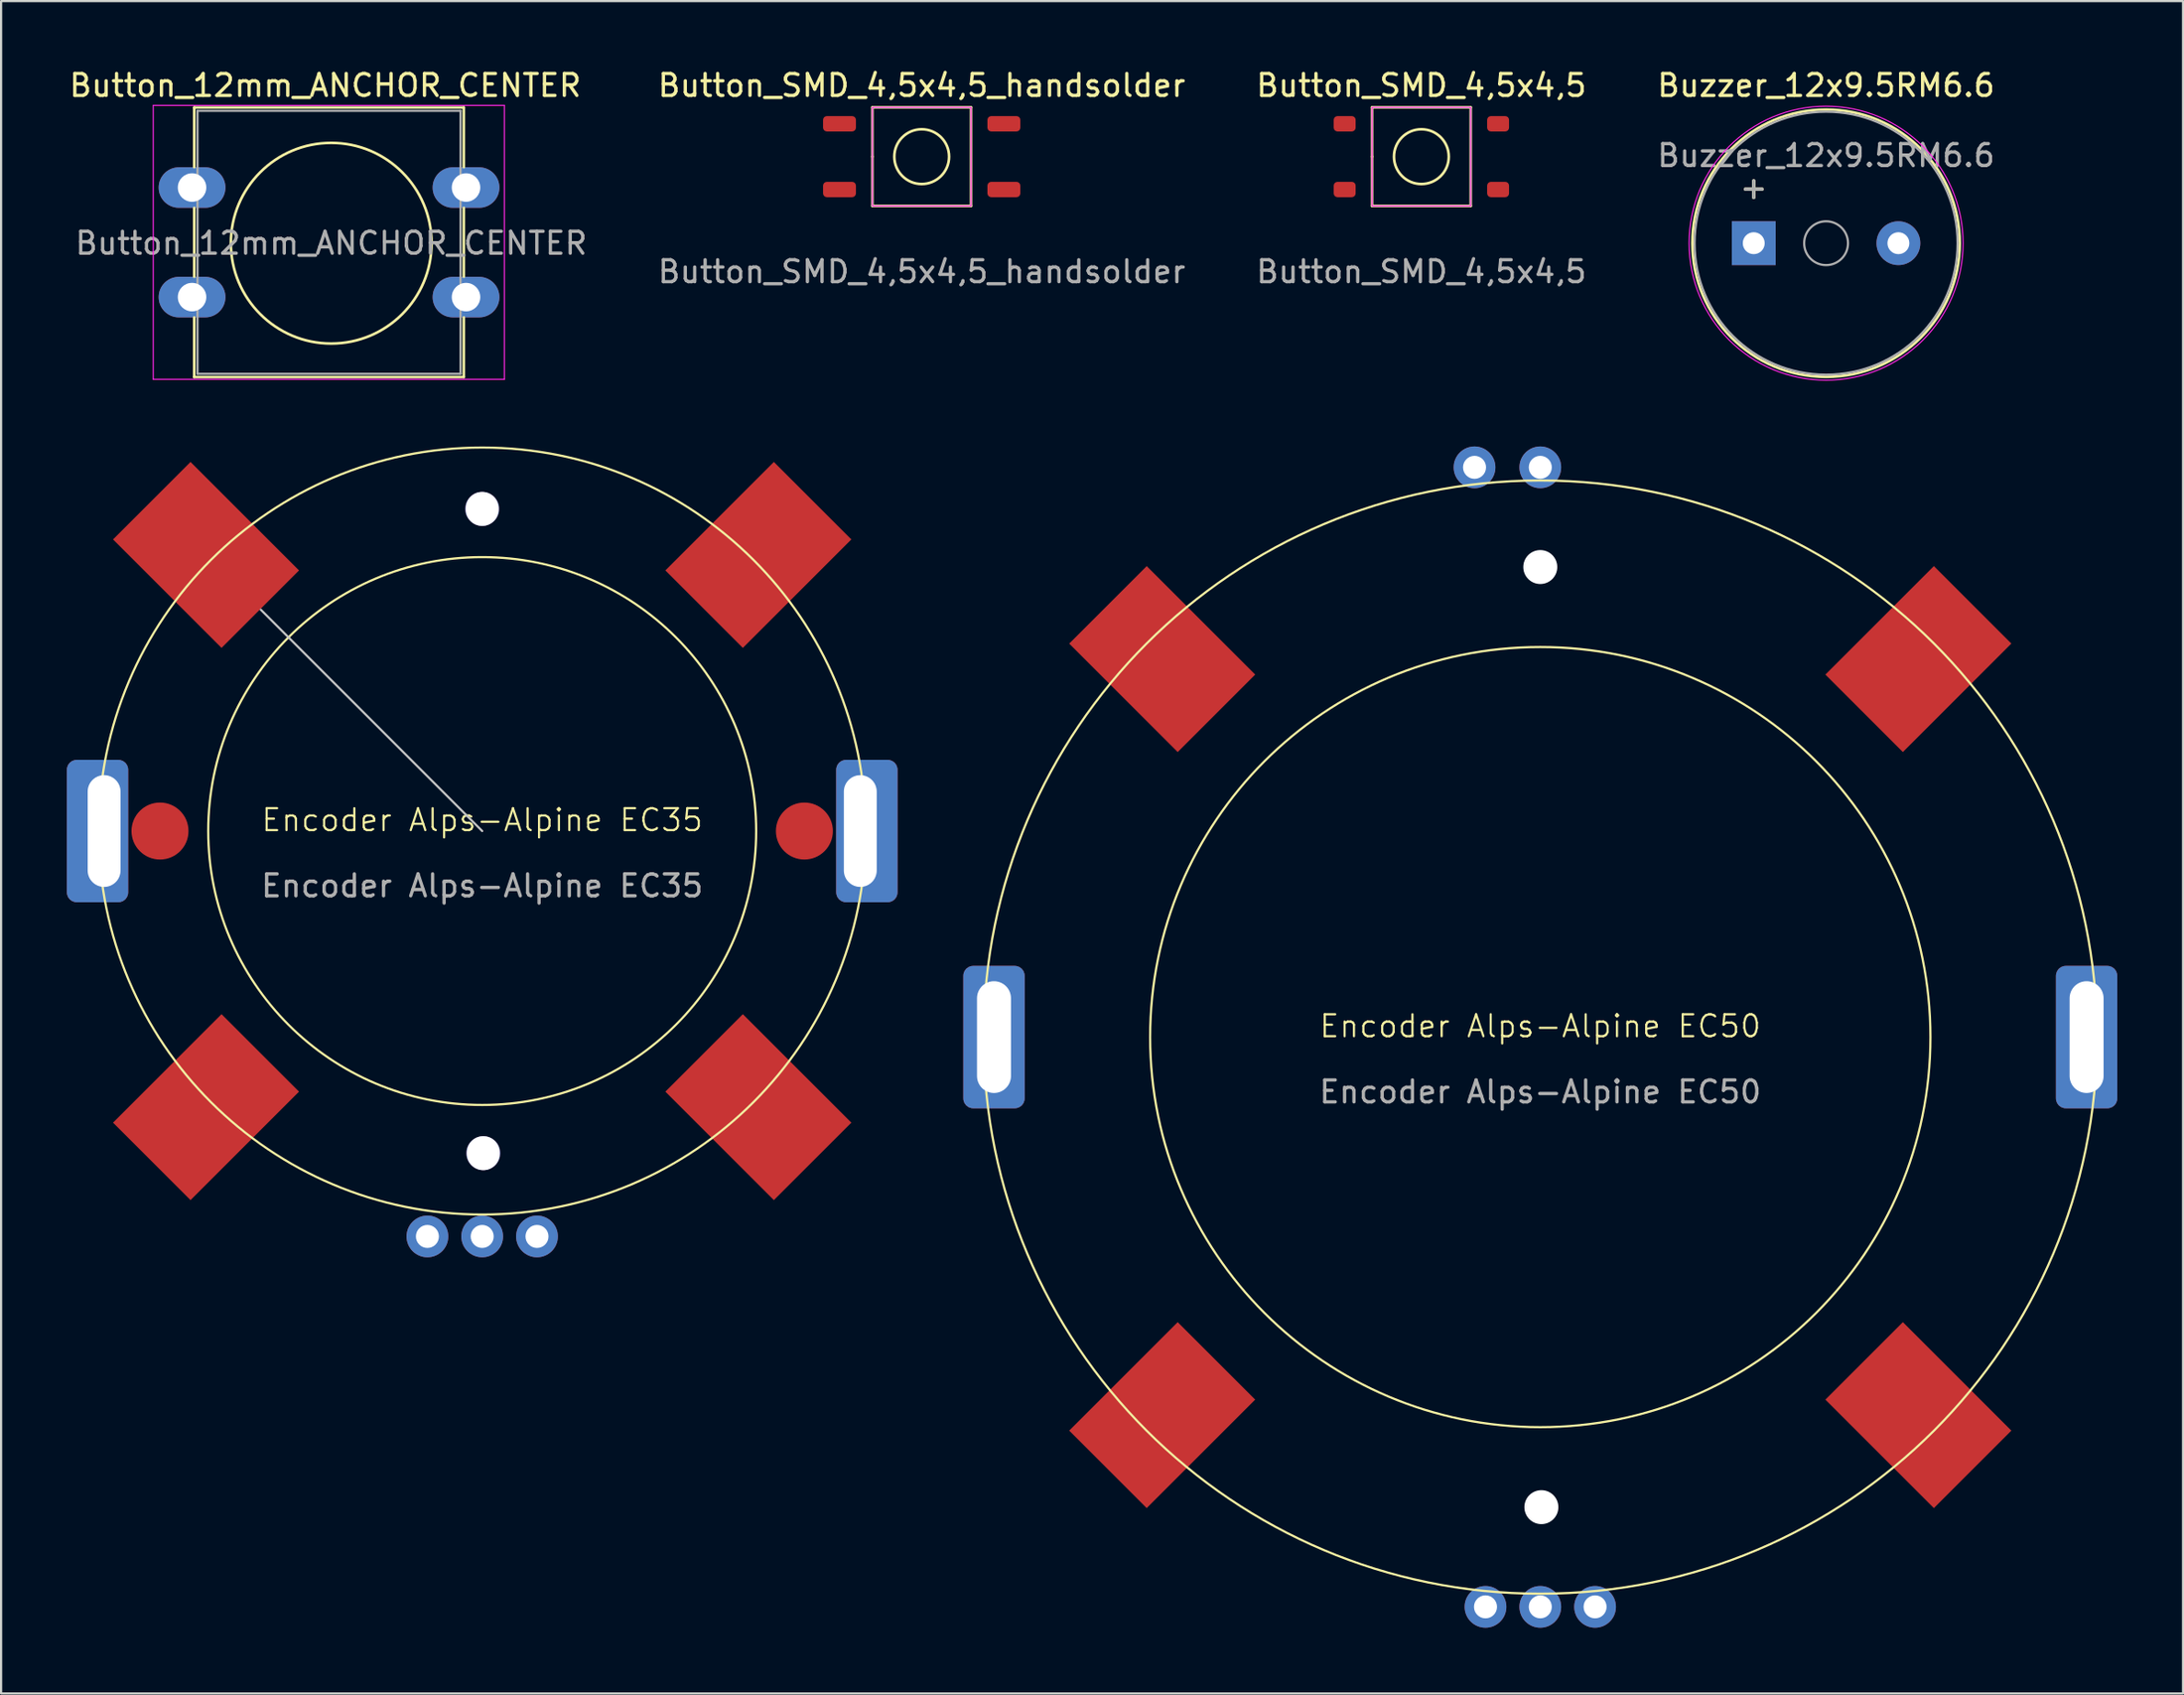
<source format=kicad_pcb>
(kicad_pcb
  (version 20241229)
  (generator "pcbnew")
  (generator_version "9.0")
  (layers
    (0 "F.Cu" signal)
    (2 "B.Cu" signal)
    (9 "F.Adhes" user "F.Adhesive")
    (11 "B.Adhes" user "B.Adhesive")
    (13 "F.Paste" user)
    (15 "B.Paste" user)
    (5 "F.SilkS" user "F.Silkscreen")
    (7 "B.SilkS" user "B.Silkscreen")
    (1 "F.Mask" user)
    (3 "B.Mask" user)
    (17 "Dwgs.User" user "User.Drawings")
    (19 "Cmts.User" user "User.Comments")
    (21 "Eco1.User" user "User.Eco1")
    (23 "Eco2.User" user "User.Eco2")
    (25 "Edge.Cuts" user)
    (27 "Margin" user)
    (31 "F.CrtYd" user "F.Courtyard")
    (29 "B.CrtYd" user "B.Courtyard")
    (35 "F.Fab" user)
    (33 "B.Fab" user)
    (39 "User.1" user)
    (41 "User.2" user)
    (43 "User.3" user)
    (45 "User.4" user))
  (footprint "Buzzer_12x9.5RM6.6"
    (layer "F.Cu")
    (at 76.964 8.048)
    (property "Reference" "Buzzer_12x9.5RM6.6" (at 3.3 -7.2 0) (layer "F.SilkS") (effects (font (size 1 1) (thickness 0.15))))
    (attr through_hole)
    (fp_circle (center 3.3 0) (end 9.4 0) (stroke (width 0.12) (type solid)) (fill no) (layer "F.SilkS"))
    (fp_circle (center 3.3 0) (end 9.55 0) (stroke (width 0.05) (type solid)) (fill no) (layer "F.CrtYd"))
    (fp_circle (center 3.3 0) (end 4.3 0) (stroke (width 0.1) (type solid)) (fill no) (layer "F.Fab"))
    (fp_circle (center 3.3 0) (end 9.3 0) (stroke (width 0.1) (type solid)) (fill no) (layer "F.Fab"))
    (fp_text user "+" (at 0 -2.54 0) (layer "F.SilkS") (effects (font (size 1 1) (thickness 0.15))))
    (fp_text user "+" (at 0 -2.54 0) (layer "F.Fab") (effects (font (size 1 1) (thickness 0.15))))
    (fp_text user "${REFERENCE}" (at 3.3 -4 0) (layer "F.Fab") (effects (font (size 1 1) (thickness 0.15))))
    (pad "1" thru_hole rect (at 0 0) (size 2 2) (drill 1) (layers "*.Cu" "*.Mask"))
    (pad "2" thru_hole circle (at 6.6 0) (size 2 2) (drill 1) (layers "*.Cu" "*.Mask")))
  (footprint "Encoder Alps-Alpine EC35"
    (layer "F.Cu")
    (at 18.95 34.873)
    (property "Reference" "Encoder Alps-Alpine EC35" (at 0 -0.5 0) (unlocked yes) (layer "F.SilkS") (effects (font (size 1 1) (thickness 0.1))))
    (attr through_hole)
    (fp_circle (center 0 0) (end 12.5 0) (stroke (width 0.1) (type solid)) (fill no) (layer "F.SilkS"))
    (fp_circle (center 0 0) (end 17.5 0) (stroke (width 0.1) (type solid)) (fill no) (layer "F.SilkS"))
    (fp_line (start 0 0) (end -10.1 -10.1) (stroke (width 0.1) (type default)) (layer "Dwgs.User"))
    (fp_text user "${REFERENCE}" (at 0 2.5 0) (unlocked yes) (layer "F.Fab") (effects (font (size 1 1) (thickness 0.15))))
    (pad "" np_thru_hole roundrect (at -17.25 0) (size 2.8 6.5) (drill oval 1.5 5.1 (offset -0.3 0)) (layers "*.Cu" "*.Mask") (roundrect_rratio 0.161))
    (pad "" smd circle (at -14.7 0) (size 2.6 2.6) (layers "F.Cu" "F.Mask" "F.Paste"))
    (pad "" smd rect (at -12.6 -12.6 45) (size 5 7) (layers "F.Cu" "F.Mask" "F.Paste"))
    (pad "" smd rect (at -12.6 12.6 135) (size 5 7) (layers "F.Cu" "F.Mask" "F.Paste"))
    (pad "" np_thru_hole circle (at 0 -14.7) (size 1.55 1.55) (drill oval 1.5 3) (layers "*.Cu" "*.Mask"))
    (pad "" np_thru_hole circle (at 0.05 14.7) (size 1.55 1.55) (drill oval 1.5 3) (layers "*.Cu" "*.Mask"))
    (pad "" smd rect (at 12.6 -12.6 135) (size 5 7) (layers "F.Cu" "F.Mask" "F.Paste"))
    (pad "" smd rect (at 12.6 12.6 45) (size 5 7) (layers "F.Cu" "F.Mask" "F.Paste"))
    (pad "" smd circle (at 14.7 0) (size 2.6 2.6) (layers "F.Cu" "F.Mask" "F.Paste"))
    (pad "" np_thru_hole roundrect (at 17.25 0) (size 2.8 6.5) (drill oval 1.5 5.1 (offset 0.3 0)) (layers "*.Cu" "*.Mask") (roundrect_rratio 0.161))
    (pad "A" thru_hole circle (at -2.5 18.5) (size 1.905 1.905) (drill 1.05) (layers "*.Cu" "*.Mask"))
    (pad "B" thru_hole circle (at 2.5 18.5) (size 1.905 1.905) (drill 1.05) (layers "*.Cu" "*.Mask"))
    (pad "C" thru_hole circle (at 0 18.5) (size 1.905 1.905) (drill 1.05) (layers "*.Cu" "*.Mask")))
  (footprint "Button_SMD_4,5x4,5"
    (layer "F.Cu")
    (at 61.8 4.098)
    (property "Reference" "Button_SMD_4,5x4,5" (at 0 -3.25 0) (unlocked yes) (layer "F.SilkS") (effects (font (size 1 1) (thickness 0.15))))
    (attr smd)
    (fp_line (start -2.25 -2.25) (end 2.25 -2.25) (stroke (width 0.12) (type solid)) (layer "F.SilkS"))
    (fp_line (start -2.25 0) (end -2.25 -2.25) (stroke (width 0.12) (type solid)) (layer "F.SilkS"))
    (fp_line (start -2.25 2.25) (end -2.25 0) (stroke (width 0.12) (type solid)) (layer "F.SilkS"))
    (fp_line (start 2.25 -2.25) (end 2.25 2.25) (stroke (width 0.12) (type solid)) (layer "F.SilkS"))
    (fp_line (start 2.25 2.25) (end -2.25 2.25) (stroke (width 0.12) (type solid)) (layer "F.SilkS"))
    (fp_circle (center 0 0) (end 0 -1.25) (stroke (width 0.12) (type solid)) (fill no) (layer "F.SilkS"))
    (fp_rect (start -2.25 -2.25) (end 2.25 2.25) (stroke (width 0.05) (type solid)) (fill no) (layer "F.CrtYd"))
    (fp_text user "${REFERENCE}" (at 0 5.25 0) (unlocked yes) (layer "F.Fab") (effects (font (size 1 1) (thickness 0.15))))
    (pad "1" smd roundrect (at -3.5 1.5) (size 1 0.7) (layers "F.Cu" "F.Mask" "F.Paste") (roundrect_rratio 0.25))
    (pad "1" smd roundrect (at 3.5 1.5) (size 1 0.7) (layers "F.Cu" "F.Mask" "F.Paste") (roundrect_rratio 0.25))
    (pad "2" smd roundrect (at -3.5 -1.5) (size 1 0.7) (layers "F.Cu" "F.Mask" "F.Paste") (roundrect_rratio 0.25))
    (pad "2" smd roundrect (at 3.5 -1.5) (size 1 0.7) (layers "F.Cu" "F.Mask" "F.Paste") (roundrect_rratio 0.25)))
  (footprint "Button_12mm_ANCHOR_CENTER"
    (layer "F.Cu")
    (at 11.962 8.008)
    (property "Reference" "Button_12mm_ANCHOR_CENTER" (at -0.17 -7.16 0) (layer "F.SilkS") (effects (font (size 1 1) (thickness 0.15))))
    (attr through_hole)
    (fp_line (start -6.15 -6.15) (end 6.15 -6.15) (stroke (width 0.12) (type solid)) (layer "F.SilkS"))
    (fp_line (start -6.15 -3.43) (end -6.15 -6.15) (stroke (width 0.12) (type solid)) (layer "F.SilkS"))
    (fp_line (start -6.15 1.57) (end -6.15 -1.57) (stroke (width 0.12) (type solid)) (layer "F.SilkS"))
    (fp_line (start -6.15 6.15) (end -6.15 3.43) (stroke (width 0.12) (type solid)) (layer "F.SilkS"))
    (fp_line (start 6.15 -6.15) (end 6.15 -3.43) (stroke (width 0.12) (type solid)) (layer "F.SilkS"))
    (fp_line (start 6.15 -1.57) (end 6.15 1.57) (stroke (width 0.12) (type solid)) (layer "F.SilkS"))
    (fp_line (start 6.15 3.43) (end 6.15 6.15) (stroke (width 0.12) (type solid)) (layer "F.SilkS"))
    (fp_line (start 6.15 6.15) (end -6.15 6.15) (stroke (width 0.12) (type solid)) (layer "F.SilkS"))
    (fp_circle (center 0.1 0.04) (end 3.91 2.58) (stroke (width 0.12) (type solid)) (fill no) (layer "F.SilkS"))
    (fp_line (start -8.02 -6.25) (end -8.02 6.25) (stroke (width 0.05) (type solid)) (layer "F.CrtYd"))
    (fp_line (start -8.02 -6.25) (end 8 -6.25) (stroke (width 0.05) (type solid)) (layer "F.CrtYd"))
    (fp_line (start 8 6.25) (end -8.02 6.25) (stroke (width 0.05) (type solid)) (layer "F.CrtYd"))
    (fp_line (start 8 6.25) (end 8 -6.25) (stroke (width 0.05) (type solid)) (layer "F.CrtYd"))
    (fp_line (start -6 -6) (end -6 6) (stroke (width 0.1) (type solid)) (layer "F.Fab"))
    (fp_line (start -6 -6) (end 6 -6) (stroke (width 0.1) (type solid)) (layer "F.Fab"))
    (fp_line (start -6 6) (end 6 6) (stroke (width 0.1) (type solid)) (layer "F.Fab"))
    (fp_line (start 6 -6) (end 6 6) (stroke (width 0.1) (type solid)) (layer "F.Fab"))
    (fp_text user "${REFERENCE}" (at 0.1 0.04 0) (layer "F.Fab") (effects (font (size 1 1) (thickness 0.15))))
    (pad "1" thru_hole oval (at -6.25 -2.5) (size 3.048 1.85) (drill 1.3) (layers "*.Cu" "*.Mask"))
    (pad "1" thru_hole oval (at 6.25 -2.5) (size 3.048 1.85) (drill 1.3) (layers "*.Cu" "*.Mask"))
    (pad "2" thru_hole oval (at -6.25 2.5) (size 3.048 1.85) (drill 1.3) (layers "*.Cu" "*.Mask"))
    (pad "2" thru_hole oval (at 6.25 2.5) (size 3.048 1.85) (drill 1.3) (layers "*.Cu" "*.Mask")))
  (footprint "Encoder Alps-Alpine EC50"
    (layer "F.Cu")
    (at 67.225 44.276)
    (property "Reference" "Encoder Alps-Alpine EC50" (at 0 -0.5 0) (unlocked yes) (layer "F.SilkS") (effects (font (size 1 1) (thickness 0.1))))
    (attr through_hole)
    (fp_circle (center 0 0) (end 0 -25.4) (stroke (width 0.1) (type default)) (fill no) (layer "F.SilkS"))
    (fp_circle (center 0 0) (end 0 -17.8) (stroke (width 0.1) (type default)) (fill no) (layer "F.SilkS"))
    (fp_text user "${REFERENCE}" (at 0 2.5 0) (unlocked yes) (layer "F.Fab") (effects (font (size 1 1) (thickness 0.15))))
    (pad "" np_thru_hole roundrect (at -24.925 0) (size 2.8 6.5) (drill oval 1.55 5.1) (layers "*.Cu" "*.Mask") (roundrect_rratio 0.161))
    (pad "" smd rect (at -17.25 -17.25 45) (size 5 7) (layers "F.Cu" "F.Mask" "F.Paste"))
    (pad "" smd rect (at -17.25 17.25 135) (size 5 7) (layers "F.Cu" "F.Mask" "F.Paste"))
    (pad "" np_thru_hole circle (at -3 -26) (size 1.905 1.905) (drill 1.05) (layers "*.Cu" "*.Mask"))
    (pad "" np_thru_hole circle (at 0 -26) (size 1.905 1.905) (drill 1.05) (layers "*.Cu" "*.Mask"))
    (pad "" np_thru_hole circle (at 0 -21.45) (size 1.55 1.55) (drill 1.55) (layers "*.Cu" "*.Mask"))
    (pad "" np_thru_hole circle (at 0.05 21.45) (size 1.55 1.55) (drill 1.55) (layers "*.Cu" "*.Mask"))
    (pad "" smd rect (at 17.25 -17.25 135) (size 5 7) (layers "F.Cu" "F.Mask" "F.Paste"))
    (pad "" smd rect (at 17.25 17.25 45) (size 5 7) (layers "F.Cu" "F.Mask" "F.Paste"))
    (pad "" np_thru_hole roundrect (at 24.925 0) (size 2.8 6.5) (drill oval 1.55 5.1) (layers "*.Cu" "*.Mask") (roundrect_rratio 0.161))
    (pad "A" thru_hole circle (at -2.5 26) (size 1.905 1.905) (drill 1.05) (layers "*.Cu" "*.Mask"))
    (pad "B" thru_hole circle (at 2.5 26) (size 1.905 1.905) (drill 1.05) (layers "*.Cu" "*.Mask"))
    (pad "C" thru_hole circle (at 0 26) (size 1.905 1.905) (drill 1.05) (layers "*.Cu" "*.Mask")))
  (footprint "Button_SMD_4,5x4,5_handsolder"
    (layer "F.Cu")
    (at 39.002 4.098)
    (property "Reference" "Button_SMD_4,5x4,5_handsolder" (at 0 -3.25 0) (unlocked yes) (layer "F.SilkS") (effects (font (size 1 1) (thickness 0.15))))
    (attr smd)
    (fp_line (start -2.25 -2.25) (end 2.25 -2.25) (stroke (width 0.12) (type solid)) (layer "F.SilkS"))
    (fp_line (start -2.25 0) (end -2.25 -2.25) (stroke (width 0.12) (type solid)) (layer "F.SilkS"))
    (fp_line (start -2.25 2.25) (end -2.25 0) (stroke (width 0.12) (type solid)) (layer "F.SilkS"))
    (fp_line (start 2.25 -2.25) (end 2.25 2.25) (stroke (width 0.12) (type solid)) (layer "F.SilkS"))
    (fp_line (start 2.25 2.25) (end -2.25 2.25) (stroke (width 0.12) (type solid)) (layer "F.SilkS"))
    (fp_circle (center 0 0) (end 0 -1.25) (stroke (width 0.12) (type solid)) (fill no) (layer "F.SilkS"))
    (fp_rect (start -2.25 -2.25) (end 2.25 2.25) (stroke (width 0.05) (type solid)) (fill no) (layer "F.CrtYd"))
    (fp_text user "${REFERENCE}" (at 0 5.25 0) (unlocked yes) (layer "F.Fab") (effects (font (size 1 1) (thickness 0.15))))
    (pad "1" smd roundrect (at -3.75 1.5) (size 1.5 0.7) (layers "F.Cu" "F.Mask" "F.Paste") (roundrect_rratio 0.25))
    (pad "1" smd roundrect (at 3.75 1.5) (size 1.5 0.7) (layers "F.Cu" "F.Mask" "F.Paste") (roundrect_rratio 0.25))
    (pad "2" smd roundrect (at -3.75 -1.5) (size 1.5 0.7) (layers "F.Cu" "F.Mask" "F.Paste") (roundrect_rratio 0.25))
    (pad "2" smd roundrect (at 3.75 -1.5) (size 1.5 0.7) (layers "F.Cu" "F.Mask" "F.Paste") (roundrect_rratio 0.25)))
  (gr_rect
    (start -3 -3)
    (end 96.55 74.228)
    (stroke (width 0.1) (type default))
    (fill no)
    (layer "Edge.Cuts")))
</source>
